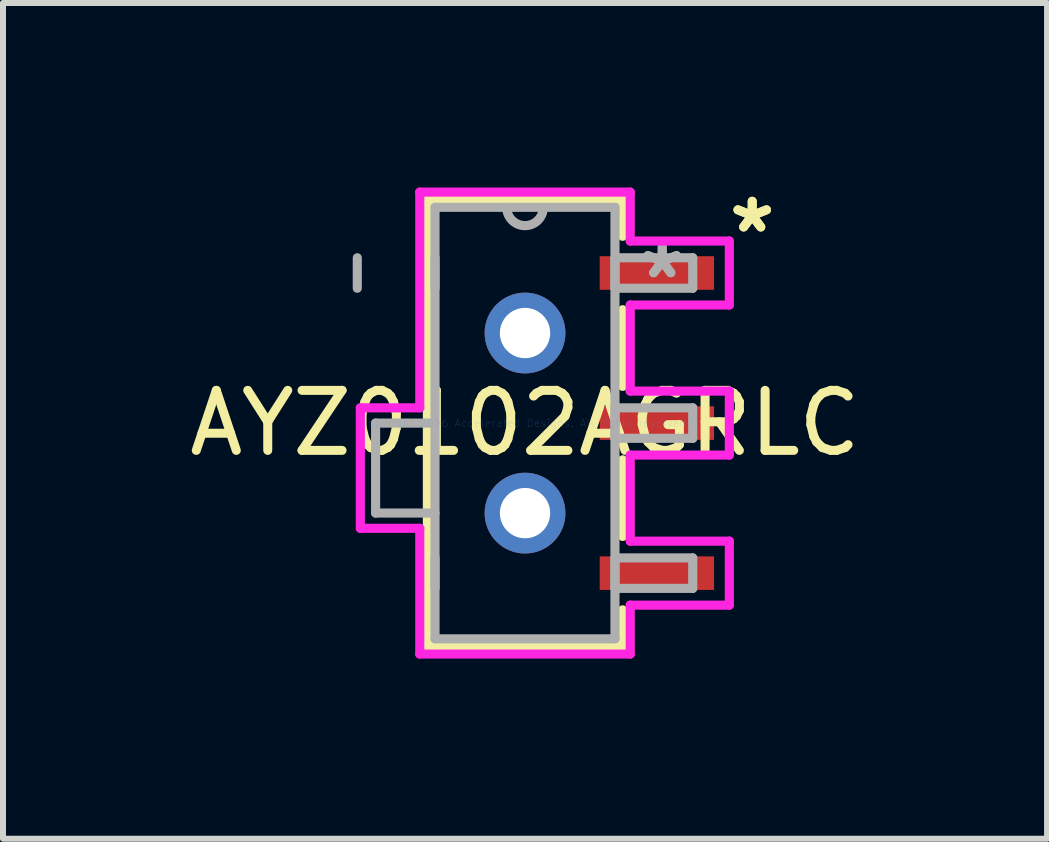
<source format=kicad_pcb>
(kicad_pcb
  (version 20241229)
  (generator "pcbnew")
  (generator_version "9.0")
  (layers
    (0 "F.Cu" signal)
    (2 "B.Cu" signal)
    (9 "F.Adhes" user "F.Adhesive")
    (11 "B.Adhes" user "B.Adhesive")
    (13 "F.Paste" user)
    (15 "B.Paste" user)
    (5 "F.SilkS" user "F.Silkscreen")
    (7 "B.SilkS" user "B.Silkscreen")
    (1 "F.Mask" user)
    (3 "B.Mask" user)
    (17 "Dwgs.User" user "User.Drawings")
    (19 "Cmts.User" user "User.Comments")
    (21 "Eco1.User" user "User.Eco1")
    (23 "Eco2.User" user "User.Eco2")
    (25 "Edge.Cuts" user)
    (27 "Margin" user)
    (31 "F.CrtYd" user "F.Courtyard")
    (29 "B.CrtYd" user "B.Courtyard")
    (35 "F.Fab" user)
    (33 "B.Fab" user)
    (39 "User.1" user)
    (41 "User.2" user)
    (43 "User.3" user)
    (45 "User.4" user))
  (footprint "AYZ0102AGRLC"
    (layer "F.Cu")
    (at 5.696 3.998)
    (property "Reference" "AYZ0102AGRLC" (at 0 0 0) (layer "F.SilkS") (effects (font (size 1 1) (thickness 0.15))))
    (attr through_hole)
    (fp_line (start -1.626 -3.721) (end -1.626 -3.112) (stroke (width 0.152) (type solid)) (layer "F.SilkS"))
    (fp_line (start -1.626 -3.112) (end -1.626 3.112) (stroke (width 0.152) (type solid)) (layer "F.SilkS"))
    (fp_line (start -1.626 3.112) (end -1.626 3.721) (stroke (width 0.152) (type solid)) (layer "F.SilkS"))
    (fp_line (start -1.626 3.721) (end 1.626 3.721) (stroke (width 0.152) (type solid)) (layer "F.SilkS"))
    (fp_line (start 1.626 -3.721) (end -1.626 -3.721) (stroke (width 0.152) (type solid)) (layer "F.SilkS"))
    (fp_line (start 1.626 -3.112) (end 1.626 -3.721) (stroke (width 0.152) (type solid)) (layer "F.SilkS"))
    (fp_line (start 1.626 -0.612) (end 1.626 -1.888) (stroke (width 0.152) (type solid)) (layer "F.SilkS"))
    (fp_line (start 1.626 1.888) (end 1.626 0.612) (stroke (width 0.152) (type solid)) (layer "F.SilkS"))
    (fp_line (start 1.626 3.721) (end 1.626 3.112) (stroke (width 0.152) (type solid)) (layer "F.SilkS"))
    (fp_line (start -2.743 -0.254) (end -2.743 1.753) (stroke (width 0.152) (type solid)) (layer "F.CrtYd"))
    (fp_line (start -2.743 1.753) (end -1.753 1.753) (stroke (width 0.152) (type solid)) (layer "F.CrtYd"))
    (fp_line (start -1.753 -3.848) (end -1.753 -0.254) (stroke (width 0.152) (type solid)) (layer "F.CrtYd"))
    (fp_line (start -1.753 -0.254) (end -2.743 -0.254) (stroke (width 0.152) (type solid)) (layer "F.CrtYd"))
    (fp_line (start -1.753 1.753) (end -1.753 3.848) (stroke (width 0.152) (type solid)) (layer "F.CrtYd"))
    (fp_line (start -1.753 3.848) (end 1.753 3.848) (stroke (width 0.152) (type solid)) (layer "F.CrtYd"))
    (fp_line (start 1.753 -3.848) (end -1.753 -3.848) (stroke (width 0.152) (type solid)) (layer "F.CrtYd"))
    (fp_line (start 1.753 -3.033) (end 1.753 -3.848) (stroke (width 0.152) (type solid)) (layer "F.CrtYd"))
    (fp_line (start 1.753 -1.967) (end 3.404 -1.967) (stroke (width 0.152) (type solid)) (layer "F.CrtYd"))
    (fp_line (start 1.753 -0.533) (end 1.753 -1.967) (stroke (width 0.152) (type solid)) (layer "F.CrtYd"))
    (fp_line (start 1.753 0.533) (end 3.404 0.533) (stroke (width 0.152) (type solid)) (layer "F.CrtYd"))
    (fp_line (start 1.753 1.967) (end 1.753 0.533) (stroke (width 0.152) (type solid)) (layer "F.CrtYd"))
    (fp_line (start 1.753 3.033) (end 3.404 3.033) (stroke (width 0.152) (type solid)) (layer "F.CrtYd"))
    (fp_line (start 1.753 3.848) (end 1.753 3.033) (stroke (width 0.152) (type solid)) (layer "F.CrtYd"))
    (fp_line (start 3.404 -3.033) (end 1.753 -3.033) (stroke (width 0.152) (type solid)) (layer "F.CrtYd"))
    (fp_line (start 3.404 -1.967) (end 3.404 -3.033) (stroke (width 0.152) (type solid)) (layer "F.CrtYd"))
    (fp_line (start 3.404 -0.533) (end 1.753 -0.533) (stroke (width 0.152) (type solid)) (layer "F.CrtYd"))
    (fp_line (start 3.404 0.533) (end 3.404 -0.533) (stroke (width 0.152) (type solid)) (layer "F.CrtYd"))
    (fp_line (start 3.404 1.967) (end 1.753 1.967) (stroke (width 0.152) (type solid)) (layer "F.CrtYd"))
    (fp_line (start 3.404 3.033) (end 3.404 1.967) (stroke (width 0.152) (type solid)) (layer "F.CrtYd"))
    (fp_line (start -2.794 -2.754) (end -2.794 -2.246) (stroke (width 0.152) (type solid)) (layer "F.Fab"))
    (fp_line (start -2.489 1.499) (end -2.489 0) (stroke (width 0.152) (type solid)) (layer "F.Fab"))
    (fp_line (start -1.499 -3.594) (end -1.499 3.594) (stroke (width 0.152) (type solid)) (layer "F.Fab"))
    (fp_line (start -1.499 -2.246) (end -1.499 -2.754) (stroke (width 0.152) (type solid)) (layer "F.Fab"))
    (fp_line (start -1.499 0) (end -2.489 0) (stroke (width 0.152) (type solid)) (layer "F.Fab"))
    (fp_line (start -1.499 1.499) (end -2.489 1.499) (stroke (width 0.152) (type solid)) (layer "F.Fab"))
    (fp_line (start -1.499 2.754) (end -1.499 2.246) (stroke (width 0.152) (type solid)) (layer "F.Fab"))
    (fp_line (start -1.499 3.594) (end 1.499 3.594) (stroke (width 0.152) (type solid)) (layer "F.Fab"))
    (fp_line (start 1.499 -3.594) (end -1.499 -3.594) (stroke (width 0.152) (type solid)) (layer "F.Fab"))
    (fp_line (start 1.499 -2.754) (end 1.499 -2.246) (stroke (width 0.152) (type solid)) (layer "F.Fab"))
    (fp_line (start 1.499 -2.246) (end 2.794 -2.246) (stroke (width 0.152) (type solid)) (layer "F.Fab"))
    (fp_line (start 1.499 -0.254) (end 1.499 0.254) (stroke (width 0.152) (type solid)) (layer "F.Fab"))
    (fp_line (start 1.499 0.254) (end 2.794 0.254) (stroke (width 0.152) (type solid)) (layer "F.Fab"))
    (fp_line (start 1.499 2.246) (end 1.499 2.754) (stroke (width 0.152) (type solid)) (layer "F.Fab"))
    (fp_line (start 1.499 2.754) (end 2.794 2.754) (stroke (width 0.152) (type solid)) (layer "F.Fab"))
    (fp_line (start 1.499 3.594) (end 1.499 -3.594) (stroke (width 0.152) (type solid)) (layer "F.Fab"))
    (fp_line (start 2.794 -2.754) (end 1.499 -2.754) (stroke (width 0.152) (type solid)) (layer "F.Fab"))
    (fp_line (start 2.794 -2.246) (end 2.794 -2.754) (stroke (width 0.152) (type solid)) (layer "F.Fab"))
    (fp_line (start 2.794 -0.254) (end 1.499 -0.254) (stroke (width 0.152) (type solid)) (layer "F.Fab"))
    (fp_line (start 2.794 0.254) (end 2.794 -0.254) (stroke (width 0.152) (type solid)) (layer "F.Fab"))
    (fp_line (start 2.794 2.246) (end 1.499 2.246) (stroke (width 0.152) (type solid)) (layer "F.Fab"))
    (fp_line (start 2.794 2.754) (end 2.794 2.246) (stroke (width 0.152) (type solid)) (layer "F.Fab"))
    (fp_arc (start 0.3048 -3.5941) (mid 0 -3.2893) (end -0.3048 -3.5941) (stroke (width 0.1524) (type solid)) (layer "F.Fab"))
    (fp_text user "*" (at 3.785 -3.15 0) (layer "F.SilkS") (effects (font (size 1 1) (thickness 0.15))))
    (fp_text user "*" (at 3.785 -3.15 0) (layer "F.SilkS") (effects (font (size 1 1) (thickness 0.15))))
    (fp_text user "Copyright 2016 Accelerated Designs. All rights reserved." (at 0 0 0) (layer "Cmts.User") (effects (font (size 0.127 0.127) (thickness 0.002))))
    (fp_text user "*" (at 2.286 -2.388 0) (layer "F.Fab") (effects (font (size 1 1) (thickness 0.15))))
    (fp_text user "*" (at 2.286 -2.388 0) (layer "F.Fab") (effects (font (size 1 1) (thickness 0.15))))
    (pad "1" smd rect (at 2.197 -2.5) (size 1.905 0.559) (layers "F.Cu" "F.Mask" "F.Paste"))
    (pad "2" smd rect (at 2.197 0) (size 1.905 0.559) (layers "F.Cu" "F.Mask" "F.Paste"))
    (pad "3" smd rect (at 2.197 2.5) (size 1.905 0.559) (layers "F.Cu" "F.Mask" "F.Paste"))
    (pad "4" thru_hole circle (at 0.0004 1.5) (size 1.346 1.346) (drill 0.838) (layers "*.Cu" "*.Mask"))
    (pad "5" thru_hole circle (at 0.0004 -1.5) (size 1.346 1.346) (drill 0.838) (layers "*.Cu" "*.Mask")))
  (gr_rect
    (start -3 -3)
    (end 14.393 10.922)
    (stroke (width 0.1) (type default))
    (fill no)
    (layer "Edge.Cuts")))
</source>
